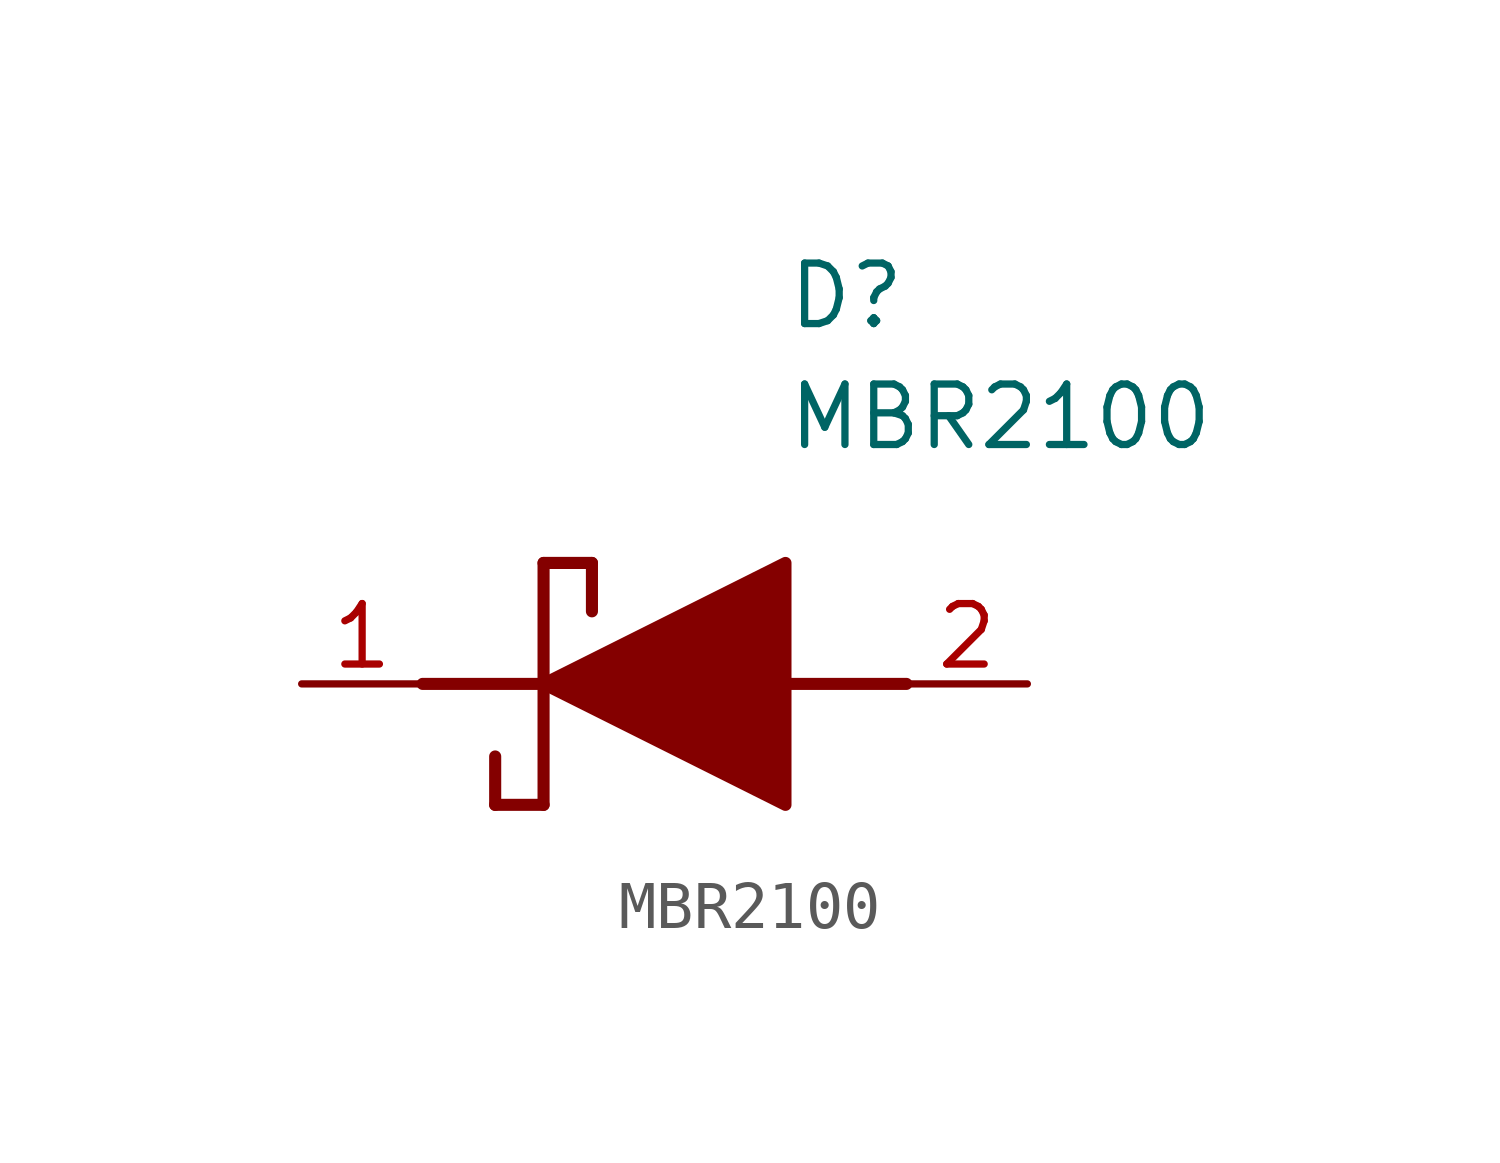
<source format=kicad_sym>
(kicad_symbol_lib
  (version 20211014)
  (generator SamacSys_ECAD_Model)
  (symbol "MBR2100"
    (pin_names hide)
    (property "Reference" "D"
      (at 12.7 8.89 0)
      (effects (font (size 1.27 1.27)) (justify left top)))
    (property "Value" "MBR2100"
      (at 12.7 6.35 0)
      (effects (font (size 1.27 1.27)) (justify left top)))
    (polyline
      (pts (xy 7.62 2.54) (xy 7.62 -2.54))
      (stroke (width 0.254) (type default))
      (fill (type none)))
    (polyline
      (pts (xy 7.62 2.54) (xy 8.636 2.54))
      (stroke (width 0.254) (type default))
      (fill (type none)))
    (polyline
      (pts (xy 8.636 1.524) (xy 8.636 2.54))
      (stroke (width 0.254) (type default))
      (fill (type none)))
    (polyline
      (pts (xy 7.62 -2.54) (xy 6.604 -2.54))
      (stroke (width 0.254) (type default))
      (fill (type none)))
    (polyline
      (pts (xy 6.604 -1.524) (xy 6.604 -2.54))
      (stroke (width 0.254) (type default))
      (fill (type none)))
    (polyline
      (pts (xy 5.08 0) (xy 7.62 0))
      (stroke (width 0.254) (type default))
      (fill (type none)))
    (polyline
      (pts (xy 12.7 0) (xy 15.24 0))
      (stroke (width 0.254) (type default))
      (fill (type none)))
    (polyline
      (pts (xy 7.62 0) (xy 12.7 2.54) (xy 12.7 -2.54) (xy 7.62 0))
      (stroke (width 0.254) (type default))
      (fill (type outline)))
    (pin passive line
      (at 2.54 0 0)
      (length 2.54)
      (name "K" (effects (font (size 1.27 1.27))))
      (number "1" (effects (font (size 1.27 1.27)))))
    (pin passive line
      (at 17.78 0 180)
      (length 2.54)
      (name "A" (effects (font (size 1.27 1.27))))
      (number "2" (effects (font (size 1.27 1.27)))))))
</source>
